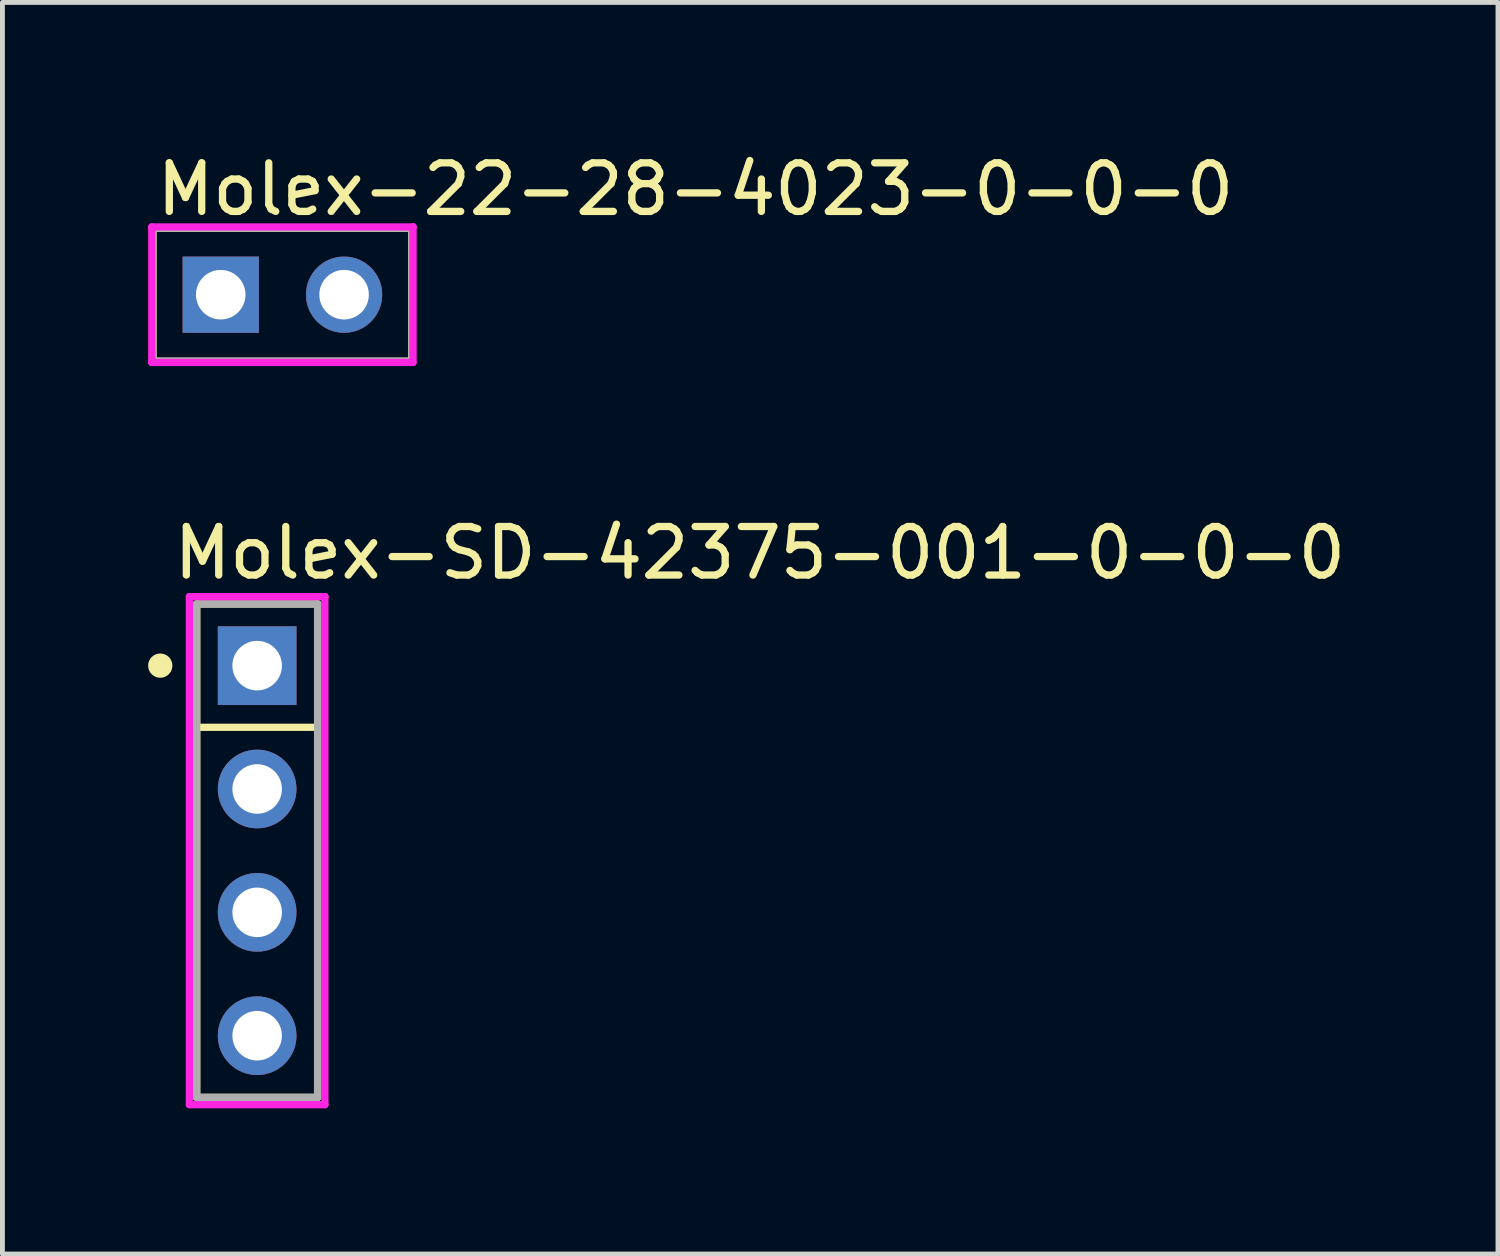
<source format=kicad_pcb>
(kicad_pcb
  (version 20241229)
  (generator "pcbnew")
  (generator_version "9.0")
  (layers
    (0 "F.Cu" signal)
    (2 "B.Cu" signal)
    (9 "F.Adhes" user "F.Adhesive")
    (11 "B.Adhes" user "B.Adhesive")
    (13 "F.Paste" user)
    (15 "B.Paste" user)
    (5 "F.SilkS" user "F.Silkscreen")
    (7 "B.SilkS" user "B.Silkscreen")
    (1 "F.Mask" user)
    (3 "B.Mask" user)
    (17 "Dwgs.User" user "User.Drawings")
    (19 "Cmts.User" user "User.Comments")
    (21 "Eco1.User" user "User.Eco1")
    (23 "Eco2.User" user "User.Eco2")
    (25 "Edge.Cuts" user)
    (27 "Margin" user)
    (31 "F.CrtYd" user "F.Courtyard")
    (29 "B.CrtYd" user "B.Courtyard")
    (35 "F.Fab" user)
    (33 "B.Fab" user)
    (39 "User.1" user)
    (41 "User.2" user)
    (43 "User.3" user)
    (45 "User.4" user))
  (footprint "Molex-SD-42375-001-0-0-0"
    (layer "F.Cu")
    (at 2.245 14.466)
    (property "Reference" "Molex-SD-42375-001-0-0-0" (at -1.795 -6.13 0) (layer "F.SilkS") (effects (font (size 1 1) (thickness 0.15)) (justify left)))
    (attr through_hole)
    (fp_line (start -1.245 -5.08) (end 1.245 -5.08) (stroke (width 0.15) (type solid)) (layer "F.SilkS"))
    (fp_line (start -1.245 -2.54) (end 1.245 -2.54) (stroke (width 0.15) (type solid)) (layer "F.SilkS"))
    (fp_line (start -1.245 5.08) (end -1.245 -5.08) (stroke (width 0.15) (type solid)) (layer "F.SilkS"))
    (fp_line (start 1.245 -5.08) (end 1.245 5.08) (stroke (width 0.15) (type solid)) (layer "F.SilkS"))
    (fp_line (start 1.245 5.08) (end -1.245 5.08) (stroke (width 0.15) (type solid)) (layer "F.SilkS"))
    (fp_circle (center -1.995 -3.81) (end -1.87 -3.81) (stroke (width 0.25) (type solid)) (fill no) (layer "F.SilkS"))
    (fp_line (start -1.395 -5.23) (end -1.395 5.23) (stroke (width 0.15) (type solid)) (layer "F.CrtYd"))
    (fp_line (start -1.395 5.23) (end 1.395 5.23) (stroke (width 0.15) (type solid)) (layer "F.CrtYd"))
    (fp_line (start 1.395 -5.23) (end -1.395 -5.23) (stroke (width 0.15) (type solid)) (layer "F.CrtYd"))
    (fp_line (start 1.395 -5.23) (end 1.395 -5.23) (stroke (width 0.15) (type solid)) (layer "F.CrtYd"))
    (fp_line (start 1.395 5.23) (end 1.395 -5.23) (stroke (width 0.15) (type solid)) (layer "F.CrtYd"))
    (fp_line (start -1.245 -5.08) (end 1.245 -5.08) (stroke (width 0.15) (type solid)) (layer "F.Fab"))
    (fp_line (start -1.245 5.08) (end -1.245 -5.08) (stroke (width 0.15) (type solid)) (layer "F.Fab"))
    (fp_line (start 1.245 -5.08) (end 1.245 5.08) (stroke (width 0.15) (type solid)) (layer "F.Fab"))
    (fp_line (start 1.245 5.08) (end -1.245 5.08) (stroke (width 0.15) (type solid)) (layer "F.Fab"))
    (pad "1" thru_hole rect (at 0 -3.81) (size 1.62 1.62) (drill 1.02) (layers "*.Cu"))
    (pad "2" thru_hole circle (at 0 -1.27) (size 1.62 1.62) (drill 1.02) (layers "*.Cu"))
    (pad "3" thru_hole circle (at 0 1.27) (size 1.62 1.62) (drill 1.02) (layers "*.Cu"))
    (pad "4" thru_hole circle (at 0 3.81) (size 1.62 1.62) (drill 1.02) (layers "*.Cu")))
  (footprint "Molex-22-28-4023-0-0-0"
    (layer "F.Cu")
    (at 2.765 3.018)
    (property "Reference" "Molex-22-28-4023-0-0-0" (at -2.665 -2.17 0) (layer "F.SilkS") (effects (font (size 1 1) (thickness 0.15)) (justify left)))
    (attr through_hole)
    (fp_line (start -2.665 -1.37) (end 2.665 -1.37) (stroke (width 0.15) (type solid)) (layer "F.SilkS"))
    (fp_line (start -2.665 1.37) (end -2.665 -1.37) (stroke (width 0.15) (type solid)) (layer "F.SilkS"))
    (fp_line (start -2.665 1.37) (end 2.665 1.37) (stroke (width 0.15) (type solid)) (layer "F.SilkS"))
    (fp_line (start 2.665 1.37) (end 2.665 -1.37) (stroke (width 0.15) (type solid)) (layer "F.SilkS"))
    (fp_line (start -2.69 -1.395) (end -2.69 1.395) (stroke (width 0.15) (type solid)) (layer "F.CrtYd"))
    (fp_line (start -2.69 1.395) (end 2.69 1.395) (stroke (width 0.15) (type solid)) (layer "F.CrtYd"))
    (fp_line (start 2.69 -1.395) (end -2.69 -1.395) (stroke (width 0.15) (type solid)) (layer "F.CrtYd"))
    (fp_line (start 2.69 -1.395) (end 2.69 -1.395) (stroke (width 0.15) (type solid)) (layer "F.CrtYd"))
    (fp_line (start 2.69 1.395) (end 2.69 -1.395) (stroke (width 0.15) (type solid)) (layer "F.CrtYd"))
    (fp_line (start -2.665 -1.37) (end 2.665 -1.37) (stroke (width 0.15) (type solid)) (layer "F.Fab"))
    (fp_line (start -2.665 1.37) (end -2.665 -1.37) (stroke (width 0.15) (type solid)) (layer "F.Fab"))
    (fp_line (start 2.665 -1.37) (end 2.665 1.37) (stroke (width 0.15) (type solid)) (layer "F.Fab"))
    (fp_line (start 2.665 1.37) (end -2.665 1.37) (stroke (width 0.15) (type solid)) (layer "F.Fab"))
    (pad "1" thru_hole rect (at -1.27 0) (size 1.57 1.57) (drill 1.02) (layers "*.Cu"))
    (pad "2" thru_hole circle (at 1.27 0) (size 1.57 1.57) (drill 1.02) (layers "*.Cu")))
  (gr_rect
    (start -3 -3)
    (end 27.795 22.771)
    (stroke (width 0.1) (type default))
    (fill no)
    (layer "Edge.Cuts")))
</source>
